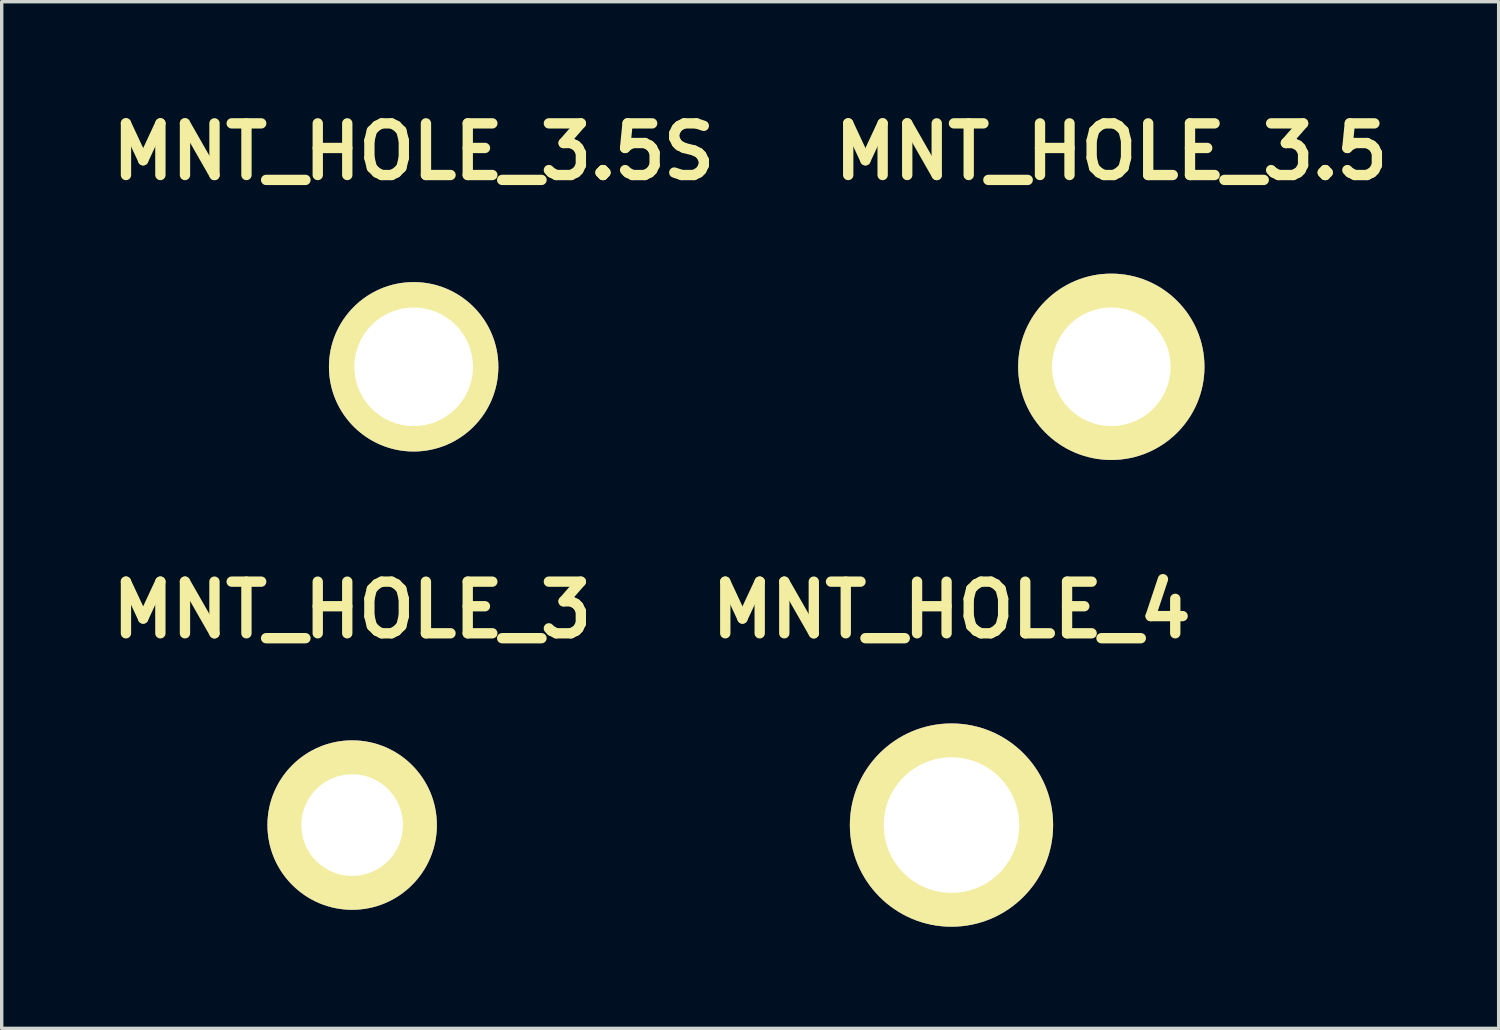
<source format=kicad_pcb>
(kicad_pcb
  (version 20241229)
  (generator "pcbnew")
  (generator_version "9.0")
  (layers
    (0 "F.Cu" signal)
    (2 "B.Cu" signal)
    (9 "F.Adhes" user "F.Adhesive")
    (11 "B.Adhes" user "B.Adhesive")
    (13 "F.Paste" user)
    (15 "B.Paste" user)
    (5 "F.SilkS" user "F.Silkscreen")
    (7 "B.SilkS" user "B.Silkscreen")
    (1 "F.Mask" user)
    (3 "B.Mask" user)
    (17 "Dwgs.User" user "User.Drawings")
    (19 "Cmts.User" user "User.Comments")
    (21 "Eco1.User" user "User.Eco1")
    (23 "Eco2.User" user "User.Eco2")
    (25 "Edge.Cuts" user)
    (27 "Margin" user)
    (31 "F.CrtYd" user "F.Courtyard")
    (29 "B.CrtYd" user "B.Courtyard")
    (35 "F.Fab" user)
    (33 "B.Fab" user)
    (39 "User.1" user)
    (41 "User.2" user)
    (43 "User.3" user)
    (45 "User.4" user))
  (footprint "MNT_HOLE_3.5S"
    (layer "F.Cu")
    (at 9.159 7.776)
    (property "Reference" "MNT_HOLE_3.5S" (at 0 -6.35 0) (layer "F.SilkS") (effects (font (size 1.524 1.524) (thickness 0.305))))
    (attr through_hole)
    (pad "" thru_hole circle (at 0 0) (size 5 5) (drill 3.5) (layers "*.Cu" "*.Mask" "F.SilkS")))
  (footprint "MNT_HOLE_4"
    (layer "F.Cu")
    (at 25.033 21.302)
    (property "Reference" "MNT_HOLE_4" (at 0 -6.35 0) (layer "F.SilkS") (effects (font (size 1.524 1.524) (thickness 0.305))))
    (attr through_hole)
    (pad "" thru_hole circle (at 0 0) (size 5.999 5.999) (drill 4) (layers "*.Cu" "*.Mask" "F.SilkS")))
  (footprint "MNT_HOLE_3.5"
    (layer "F.Cu")
    (at 29.75 7.776)
    (property "Reference" "MNT_HOLE_3.5" (at 0 -6.35 0) (layer "F.SilkS") (effects (font (size 1.524 1.524) (thickness 0.305))))
    (attr through_hole)
    (pad "" thru_hole circle (at 0 0) (size 5.499 5.499) (drill 3.5) (layers "*.Cu" "*.Mask" "F.SilkS")))
  (footprint "MNT_HOLE_3"
    (layer "F.Cu")
    (at 7.344 21.302)
    (property "Reference" "MNT_HOLE_3" (at 0 -6.35 0) (layer "F.SilkS") (effects (font (size 1.524 1.524) (thickness 0.305))))
    (attr through_hole)
    (pad "" thru_hole circle (at 0 0) (size 5.001 5.001) (drill 3) (layers "*.Cu" "*.Mask" "F.SilkS")))
  (gr_rect
    (start -3 -3)
    (end 41.183 27.302)
    (stroke (width 0.1) (type default))
    (fill no)
    (layer "Edge.Cuts")))
</source>
